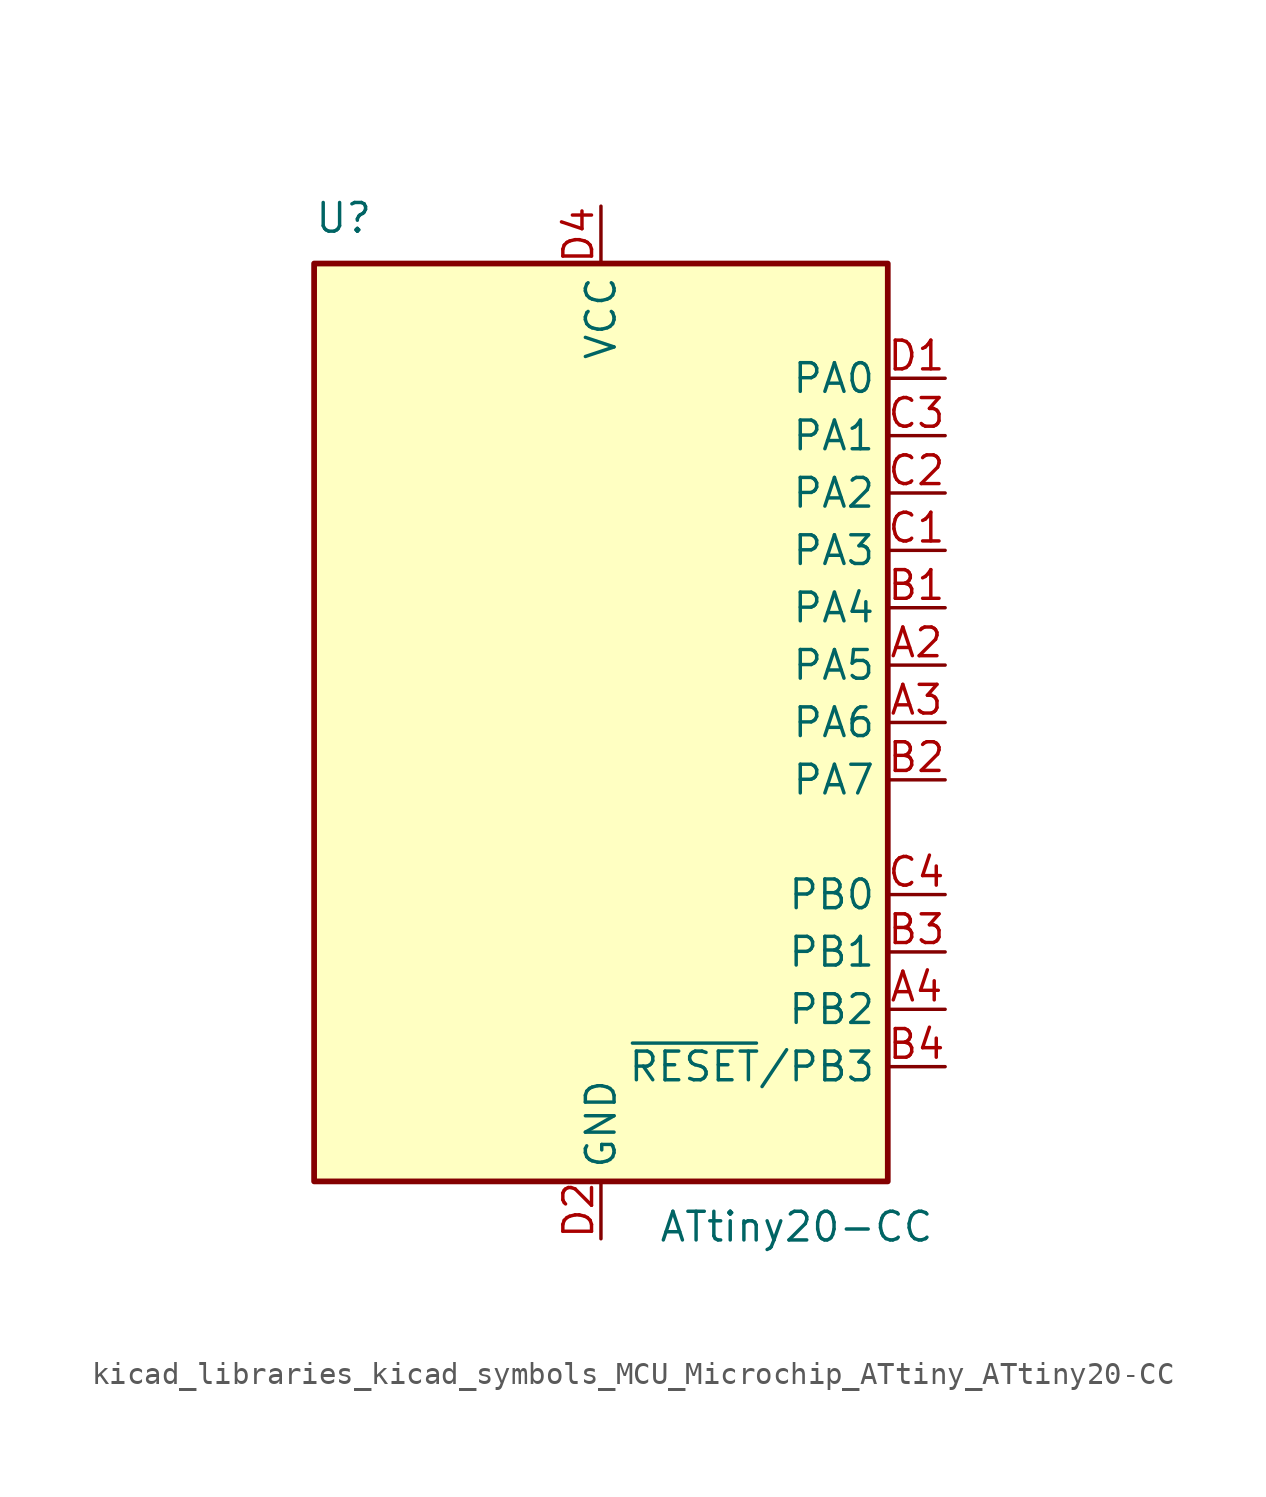
<source format=kicad_sym>
(kicad_symbol_lib
  (version 20220914)
  (generator kicad_symbol_editor)
  (symbol "kicad_libraries_kicad_symbols_MCU_Microchip_ATtiny_ATtiny20-CC"
    (property "Reference" "U"
      (at -12.7 21.59 0)
      (effects (font (size 1.27 1.27)) (justify left bottom)))
    (property "Value" "ATtiny20-CC"
      (at 2.54 -21.59 0)
      (effects (font (size 1.27 1.27)) (justify left top)))
    (symbol "kicad_libraries_kicad_symbols_MCU_Microchip_ATtiny_ATtiny20-CC_0_1"
      (rectangle (start -12.7 -20.32) (end 12.7 20.32) (stroke (width 0.254) (type default)) (fill (type background))))
    (symbol "kicad_libraries_kicad_symbols_MCU_Microchip_ATtiny_ATtiny20-CC_1_1"
      (pin bidirectional line (at 15.24 2.54 180) (length 2.54) (name "PA5" (effects (font (size 1.27 1.27)))) (number "A2" (effects (font (size 1.27 1.27)))))
      (pin bidirectional line (at 15.24 0 180) (length 2.54) (name "PA6" (effects (font (size 1.27 1.27)))) (number "A3" (effects (font (size 1.27 1.27)))))
      (pin bidirectional line (at 15.24 -12.7 180) (length 2.54) (name "PB2" (effects (font (size 1.27 1.27)))) (number "A4" (effects (font (size 1.27 1.27)))))
      (pin bidirectional line (at 15.24 5.08 180) (length 2.54) (name "PA4" (effects (font (size 1.27 1.27)))) (number "B1" (effects (font (size 1.27 1.27)))))
      (pin bidirectional line (at 15.24 -2.54 180) (length 2.54) (name "PA7" (effects (font (size 1.27 1.27)))) (number "B2" (effects (font (size 1.27 1.27)))))
      (pin bidirectional line (at 15.24 -10.16 180) (length 2.54) (name "PB1" (effects (font (size 1.27 1.27)))) (number "B3" (effects (font (size 1.27 1.27)))))
      (pin bidirectional line (at 15.24 -15.24 180) (length 2.54) (name "~{RESET}/PB3" (effects (font (size 1.27 1.27)))) (number "B4" (effects (font (size 1.27 1.27)))))
      (pin bidirectional line (at 15.24 7.62 180) (length 2.54) (name "PA3" (effects (font (size 1.27 1.27)))) (number "C1" (effects (font (size 1.27 1.27)))))
      (pin bidirectional line (at 15.24 10.16 180) (length 2.54) (name "PA2" (effects (font (size 1.27 1.27)))) (number "C2" (effects (font (size 1.27 1.27)))))
      (pin bidirectional line (at 15.24 12.7 180) (length 2.54) (name "PA1" (effects (font (size 1.27 1.27)))) (number "C3" (effects (font (size 1.27 1.27)))))
      (pin bidirectional line (at 15.24 -7.62 180) (length 2.54) (name "PB0" (effects (font (size 1.27 1.27)))) (number "C4" (effects (font (size 1.27 1.27)))))
      (pin bidirectional line (at 15.24 15.24 180) (length 2.54) (name "PA0" (effects (font (size 1.27 1.27)))) (number "D1" (effects (font (size 1.27 1.27)))))
      (pin power_in line (at 0 -22.86 90) (length 2.54) (name "GND" (effects (font (size 1.27 1.27)))) (number "D2" (effects (font (size 1.27 1.27)))))
      (pin passive line (at 0 -22.86 90) (length 2.54) hide (name "GND" (effects (font (size 1.27 1.27)))) (number "D3" (effects (font (size 1.27 1.27)))))
      (pin power_in line (at 0 22.86 270) (length 2.54) (name "VCC" (effects (font (size 1.27 1.27)))) (number "D4" (effects (font (size 1.27 1.27))))))))
</source>
